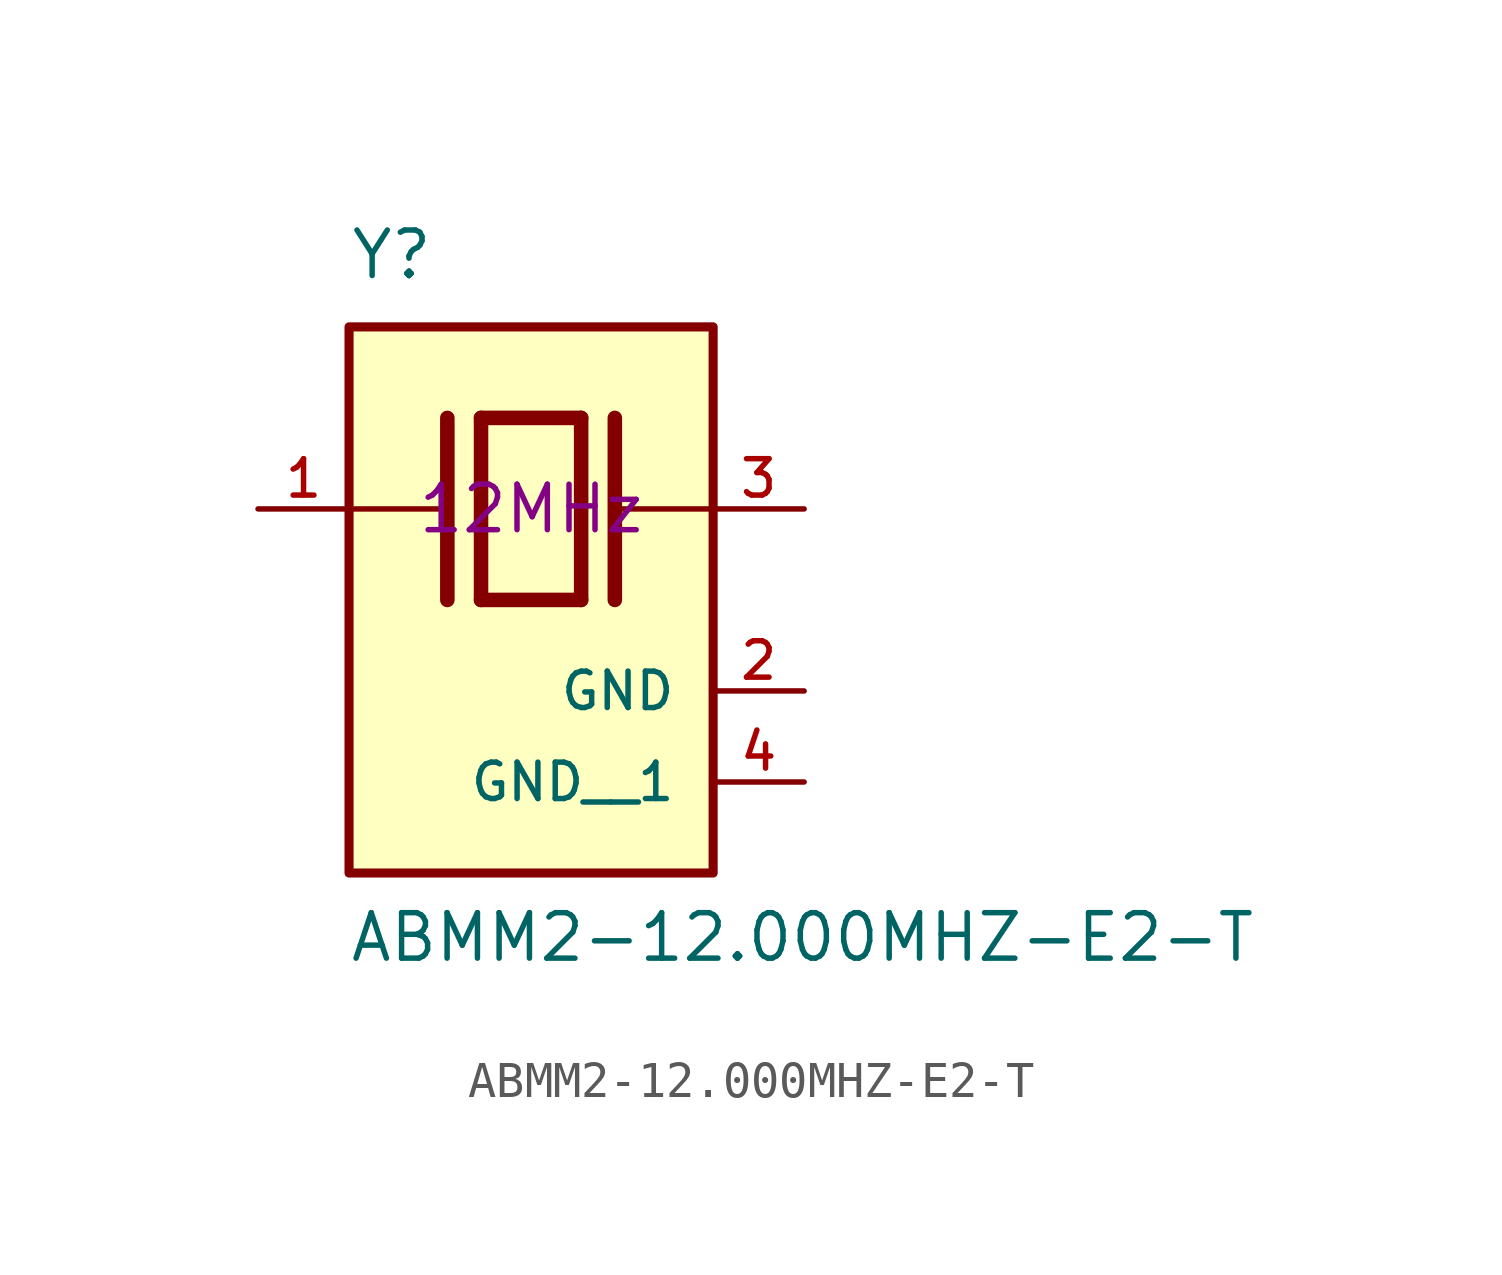
<source format=kicad_sym>
(kicad_symbol_lib
  (version 20220914)
  (generator kicad_symbol_editor)
  (symbol "ABMM2-12.000MHZ-E2-T"
    (pin_names
      (offset 1.016))
    (property "Reference" "Y"
      (at -5.08 6.35 0)
      (effects (font (size 1.27 1.27)) (justify left bottom)))
    (property "Value" "ABMM2-12.000MHZ-E2-T"
      (at -5.105 -12.7 0)
      (effects (font (size 1.27 1.27)) (justify left bottom)))
    (property "Frequency" "12MHz"
      (at 0 0 0)
      (effects (font (size 1.27 1.27))))
    (symbol "ABMM2-12.000MHZ-E2-T_0_0"
      (rectangle (start -5.08 -10.16) (end 5.08 5.08) (stroke (width 0.254) (type solid)) (fill (type background)))
      (polyline (pts (xy -5.08 0) (xy -2.54 0)) (stroke (width 0.152) (type solid)) (fill (type none)))
      (polyline (pts (xy -2.337 2.54) (xy -2.337 -2.54)) (stroke (width 0.406) (type solid)) (fill (type none)))
      (polyline (pts (xy -1.397 2.54) (xy -1.397 -2.54)) (stroke (width 0.406) (type solid)) (fill (type none)))
      (polyline (pts (xy -1.397 2.54) (xy 1.397 2.54)) (stroke (width 0.406) (type solid)) (fill (type none)))
      (polyline (pts (xy 1.397 -2.54) (xy -1.397 -2.54)) (stroke (width 0.406) (type solid)) (fill (type none)))
      (polyline (pts (xy 1.397 2.54) (xy 1.397 -2.54)) (stroke (width 0.406) (type solid)) (fill (type none)))
      (polyline (pts (xy 2.337 2.54) (xy 2.337 -2.54)) (stroke (width 0.406) (type solid)) (fill (type none)))
      (polyline (pts (xy 2.54 0) (xy 5.08 0)) (stroke (width 0.152) (type solid)) (fill (type none)))
      (pin passive line (at -7.62 0 0) (length 2.54) (name "~" (effects (font (size 1.016 1.016)))) (number "1" (effects (font (size 1.016 1.016)))))
      (pin power_in line (at 7.62 -5.08 180) (length 2.54) (name "GND" (effects (font (size 1.016 1.016)))) (number "2" (effects (font (size 1.016 1.016)))))
      (pin passive line (at 7.62 0 180) (length 2.54) (name "~" (effects (font (size 1.016 1.016)))) (number "3" (effects (font (size 1.016 1.016)))))
      (pin power_in line (at 7.62 -7.62 180) (length 2.54) (name "GND__1" (effects (font (size 1.016 1.016)))) (number "4" (effects (font (size 1.016 1.016))))))))
</source>
